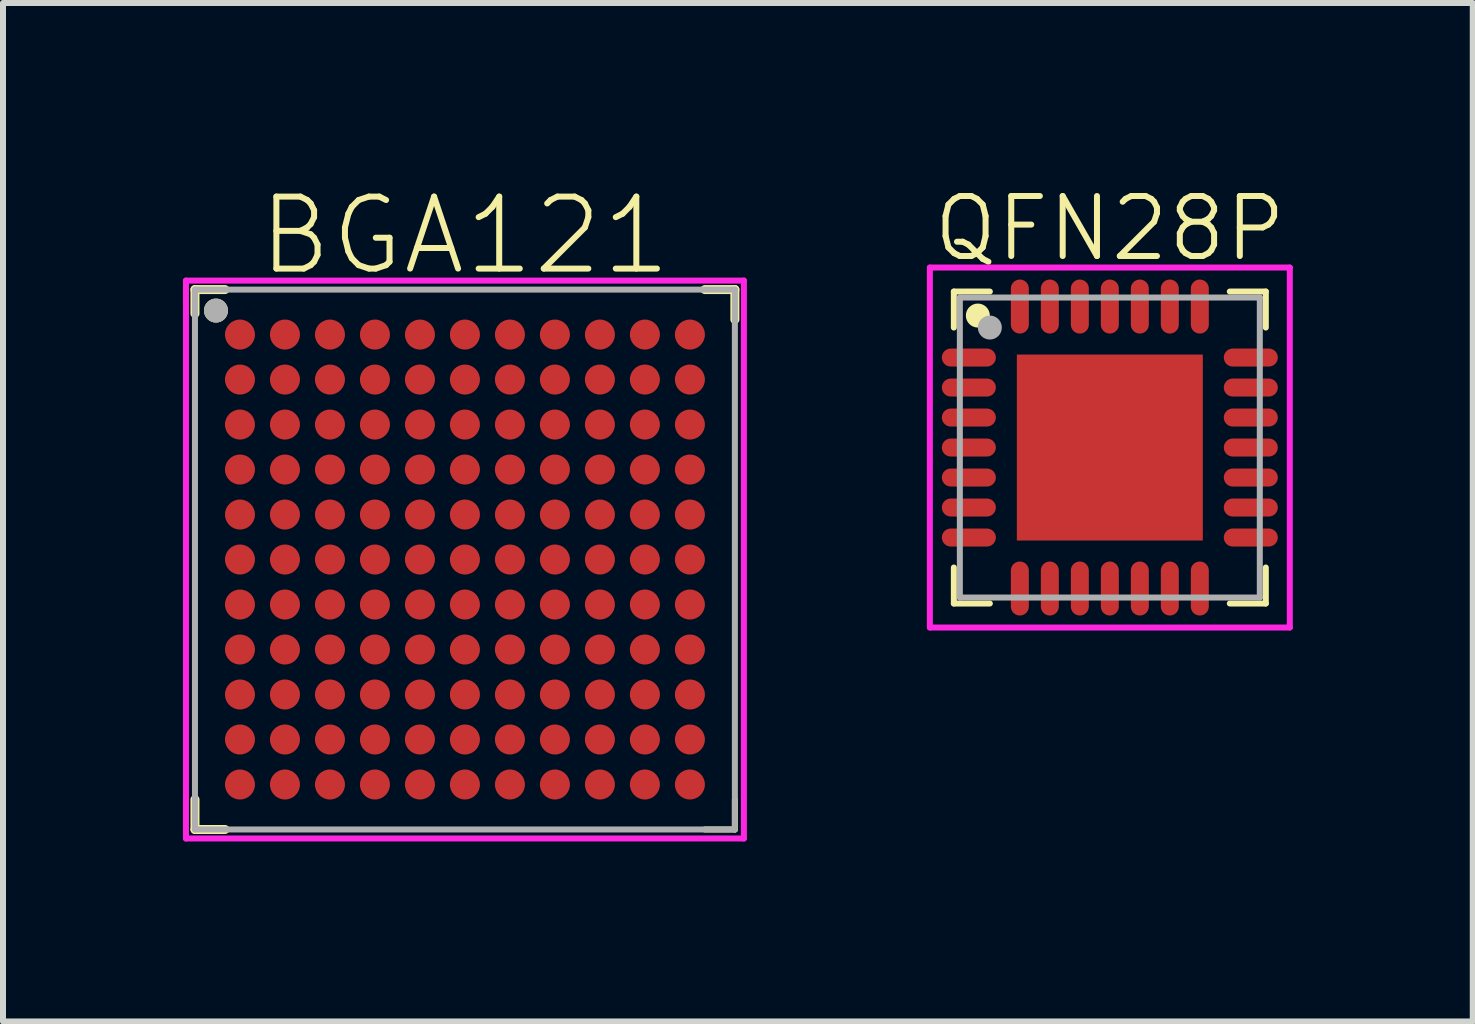
<source format=kicad_pcb>
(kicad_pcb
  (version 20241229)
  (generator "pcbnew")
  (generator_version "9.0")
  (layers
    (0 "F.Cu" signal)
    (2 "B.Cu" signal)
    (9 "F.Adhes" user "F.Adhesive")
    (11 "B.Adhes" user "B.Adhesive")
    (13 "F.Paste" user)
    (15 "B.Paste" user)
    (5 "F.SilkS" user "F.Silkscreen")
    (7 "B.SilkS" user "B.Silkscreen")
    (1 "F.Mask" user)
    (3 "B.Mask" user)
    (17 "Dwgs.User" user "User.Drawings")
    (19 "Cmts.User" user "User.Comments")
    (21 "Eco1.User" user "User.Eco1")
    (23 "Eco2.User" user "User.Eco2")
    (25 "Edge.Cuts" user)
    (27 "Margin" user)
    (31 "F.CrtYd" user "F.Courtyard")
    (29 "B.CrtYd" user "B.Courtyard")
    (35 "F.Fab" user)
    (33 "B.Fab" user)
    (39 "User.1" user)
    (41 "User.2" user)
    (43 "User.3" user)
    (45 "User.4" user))
  (footprint "BGA121"
    (layer "F.Cu")
    (at 4.7 6.277)
    (property "Reference" "BGA121" (at 0 -5.4 0) (layer "F.SilkS") (effects (font (size 1.2 1.2) (thickness 0.1))))
    (attr through_hole)
    (fp_line (start -4.5 -4.5) (end -4.5 -4.1) (stroke (width 0.15) (type solid)) (layer "F.SilkS"))
    (fp_line (start -4.5 4) (end -4.5 4.5) (stroke (width 0.15) (type solid)) (layer "F.SilkS"))
    (fp_line (start -4.5 4.5) (end -4 4.5) (stroke (width 0.15) (type solid)) (layer "F.SilkS"))
    (fp_line (start -4 -4.5) (end -4.5 -4.5) (stroke (width 0.15) (type solid)) (layer "F.SilkS"))
    (fp_line (start 4.5 -4.5) (end 4 -4.5) (stroke (width 0.15) (type solid)) (layer "F.SilkS"))
    (fp_line (start 4.5 -4) (end 4.5 -4.5) (stroke (width 0.15) (type solid)) (layer "F.SilkS"))
    (fp_line (start 4.5 4.5) (end 4 4.5) (stroke (width 0.1) (type solid)) (layer "F.SilkS"))
    (fp_line (start 4.5 4.5) (end 4.5 4) (stroke (width 0.1) (type solid)) (layer "F.SilkS"))
    (fp_circle (center -4.15 -4.15) (end -4.15 -4.25) (stroke (width 0.2) (type solid)) (fill no) (layer "F.SilkS"))
    (fp_line (start -4.65 -4.65) (end 4.65 -4.65) (stroke (width 0.1) (type solid)) (layer "F.CrtYd"))
    (fp_line (start -4.65 4.65) (end -4.65 -4.65) (stroke (width 0.1) (type solid)) (layer "F.CrtYd"))
    (fp_line (start 4.65 -4.65) (end 4.65 4.65) (stroke (width 0.1) (type solid)) (layer "F.CrtYd"))
    (fp_line (start 4.65 4.65) (end -4.65 4.65) (stroke (width 0.1) (type solid)) (layer "F.CrtYd"))
    (fp_line (start -4.5 -4.5) (end 4.5 -4.5) (stroke (width 0.1) (type solid)) (layer "F.Fab"))
    (fp_line (start -4.5 4.5) (end -4.5 -4.5) (stroke (width 0.1) (type solid)) (layer "F.Fab"))
    (fp_line (start 4.5 -4.5) (end 4.5 4.5) (stroke (width 0.1) (type solid)) (layer "F.Fab"))
    (fp_line (start 4.5 4.5) (end -4.5 4.5) (stroke (width 0.1) (type solid)) (layer "F.Fab"))
    (fp_circle (center -4.15 -4.15) (end -4.15 -4.25) (stroke (width 0.2) (type solid)) (fill no) (layer "F.Fab"))
    (pad "A1" smd circle (at -3.75 -3.75) (size 0.5 0.5) (layers "F.Cu" "F.Mask" "F.Paste"))
    (pad "A2" smd circle (at -3 -3.75) (size 0.5 0.5) (layers "F.Cu" "F.Mask" "F.Paste"))
    (pad "A3" smd circle (at -2.25 -3.75) (size 0.5 0.5) (layers "F.Cu" "F.Mask" "F.Paste"))
    (pad "A4" smd circle (at -1.5 -3.75) (size 0.5 0.5) (layers "F.Cu" "F.Mask" "F.Paste"))
    (pad "A5" smd circle (at -0.75 -3.75) (size 0.5 0.5) (layers "F.Cu" "F.Mask" "F.Paste"))
    (pad "A6" smd circle (at 0 -3.75) (size 0.5 0.5) (layers "F.Cu" "F.Mask" "F.Paste"))
    (pad "A7" smd circle (at 0.75 -3.75) (size 0.5 0.5) (layers "F.Cu" "F.Mask" "F.Paste"))
    (pad "A8" smd circle (at 1.5 -3.75) (size 0.5 0.5) (layers "F.Cu" "F.Mask" "F.Paste"))
    (pad "A9" smd circle (at 2.25 -3.75) (size 0.5 0.5) (layers "F.Cu" "F.Mask" "F.Paste"))
    (pad "A10" smd circle (at 3 -3.75) (size 0.5 0.5) (layers "F.Cu" "F.Mask" "F.Paste"))
    (pad "A11" smd circle (at 3.75 -3.75) (size 0.5 0.5) (layers "F.Cu" "F.Mask" "F.Paste"))
    (pad "B1" smd circle (at -3.75 -3) (size 0.5 0.5) (layers "F.Cu" "F.Mask" "F.Paste"))
    (pad "B2" smd circle (at -3 -3) (size 0.5 0.5) (layers "F.Cu" "F.Mask" "F.Paste"))
    (pad "B3" smd circle (at -2.25 -3) (size 0.5 0.5) (layers "F.Cu" "F.Mask" "F.Paste"))
    (pad "B4" smd circle (at -1.5 -3) (size 0.5 0.5) (layers "F.Cu" "F.Mask" "F.Paste"))
    (pad "B5" smd circle (at -0.75 -3) (size 0.5 0.5) (layers "F.Cu" "F.Mask" "F.Paste"))
    (pad "B6" smd circle (at 0 -3) (size 0.5 0.5) (layers "F.Cu" "F.Mask" "F.Paste"))
    (pad "B7" smd circle (at 0.75 -3) (size 0.5 0.5) (layers "F.Cu" "F.Mask" "F.Paste"))
    (pad "B8" smd circle (at 1.5 -3) (size 0.5 0.5) (layers "F.Cu" "F.Mask" "F.Paste"))
    (pad "B9" smd circle (at 2.25 -3) (size 0.5 0.5) (layers "F.Cu" "F.Mask" "F.Paste"))
    (pad "B10" smd circle (at 3 -3) (size 0.5 0.5) (layers "F.Cu" "F.Mask" "F.Paste"))
    (pad "B11" smd circle (at 3.75 -3) (size 0.5 0.5) (layers "F.Cu" "F.Mask" "F.Paste"))
    (pad "C1" smd circle (at -3.75 -2.25) (size 0.5 0.5) (layers "F.Cu" "F.Mask" "F.Paste"))
    (pad "C2" smd circle (at -3 -2.25) (size 0.5 0.5) (layers "F.Cu" "F.Mask" "F.Paste"))
    (pad "C3" smd circle (at -2.25 -2.25) (size 0.5 0.5) (layers "F.Cu" "F.Mask" "F.Paste"))
    (pad "C4" smd circle (at -1.5 -2.25) (size 0.5 0.5) (layers "F.Cu" "F.Mask" "F.Paste"))
    (pad "C5" smd circle (at -0.75 -2.25) (size 0.5 0.5) (layers "F.Cu" "F.Mask" "F.Paste"))
    (pad "C6" smd circle (at 0 -2.25) (size 0.5 0.5) (layers "F.Cu" "F.Mask" "F.Paste"))
    (pad "C7" smd circle (at 0.75 -2.25) (size 0.5 0.5) (layers "F.Cu" "F.Mask" "F.Paste"))
    (pad "C8" smd circle (at 1.5 -2.25) (size 0.5 0.5) (layers "F.Cu" "F.Mask" "F.Paste"))
    (pad "C9" smd circle (at 2.25 -2.25) (size 0.5 0.5) (layers "F.Cu" "F.Mask" "F.Paste"))
    (pad "C10" smd circle (at 3 -2.25) (size 0.5 0.5) (layers "F.Cu" "F.Mask" "F.Paste"))
    (pad "C11" smd circle (at 3.75 -2.25) (size 0.5 0.5) (layers "F.Cu" "F.Mask" "F.Paste"))
    (pad "D1" smd circle (at -3.75 -1.5) (size 0.5 0.5) (layers "F.Cu" "F.Mask" "F.Paste"))
    (pad "D2" smd circle (at -3 -1.5) (size 0.5 0.5) (layers "F.Cu" "F.Mask" "F.Paste"))
    (pad "D3" smd circle (at -2.25 -1.5) (size 0.5 0.5) (layers "F.Cu" "F.Mask" "F.Paste"))
    (pad "D4" smd circle (at -1.5 -1.5) (size 0.5 0.5) (layers "F.Cu" "F.Mask" "F.Paste"))
    (pad "D5" smd circle (at -0.75 -1.5) (size 0.5 0.5) (layers "F.Cu" "F.Mask" "F.Paste"))
    (pad "D6" smd circle (at 0 -1.5) (size 0.5 0.5) (layers "F.Cu" "F.Mask" "F.Paste"))
    (pad "D7" smd circle (at 0.75 -1.5) (size 0.5 0.5) (layers "F.Cu" "F.Mask" "F.Paste"))
    (pad "D8" smd circle (at 1.5 -1.5) (size 0.5 0.5) (layers "F.Cu" "F.Mask" "F.Paste"))
    (pad "D9" smd circle (at 2.25 -1.5) (size 0.5 0.5) (layers "F.Cu" "F.Mask" "F.Paste"))
    (pad "D10" smd circle (at 3 -1.5) (size 0.5 0.5) (layers "F.Cu" "F.Mask" "F.Paste"))
    (pad "D11" smd circle (at 3.75 -1.5) (size 0.5 0.5) (layers "F.Cu" "F.Mask" "F.Paste"))
    (pad "E1" smd circle (at -3.75 -0.75) (size 0.5 0.5) (layers "F.Cu" "F.Mask" "F.Paste"))
    (pad "E2" smd circle (at -3 -0.75) (size 0.5 0.5) (layers "F.Cu" "F.Mask" "F.Paste"))
    (pad "E3" smd circle (at -2.25 -0.75) (size 0.5 0.5) (layers "F.Cu" "F.Mask" "F.Paste"))
    (pad "E4" smd circle (at -1.5 -0.75) (size 0.5 0.5) (layers "F.Cu" "F.Mask" "F.Paste"))
    (pad "E5" smd circle (at -0.75 -0.75) (size 0.5 0.5) (layers "F.Cu" "F.Mask" "F.Paste"))
    (pad "E6" smd circle (at 0 -0.75) (size 0.5 0.5) (layers "F.Cu" "F.Mask" "F.Paste"))
    (pad "E7" smd circle (at 0.75 -0.75) (size 0.5 0.5) (layers "F.Cu" "F.Mask" "F.Paste"))
    (pad "E8" smd circle (at 1.5 -0.75) (size 0.5 0.5) (layers "F.Cu" "F.Mask" "F.Paste"))
    (pad "E9" smd circle (at 2.25 -0.75) (size 0.5 0.5) (layers "F.Cu" "F.Mask" "F.Paste"))
    (pad "E10" smd circle (at 3 -0.75) (size 0.5 0.5) (layers "F.Cu" "F.Mask" "F.Paste"))
    (pad "E11" smd circle (at 3.75 -0.75) (size 0.5 0.5) (layers "F.Cu" "F.Mask" "F.Paste"))
    (pad "F1" smd circle (at -3.75 0) (size 0.5 0.5) (layers "F.Cu" "F.Mask" "F.Paste"))
    (pad "F2" smd circle (at -3 0) (size 0.5 0.5) (layers "F.Cu" "F.Mask" "F.Paste"))
    (pad "F3" smd circle (at -2.25 0) (size 0.5 0.5) (layers "F.Cu" "F.Mask" "F.Paste"))
    (pad "F4" smd circle (at -1.5 0) (size 0.5 0.5) (layers "F.Cu" "F.Mask" "F.Paste"))
    (pad "F5" smd circle (at -0.75 0) (size 0.5 0.5) (layers "F.Cu" "F.Mask" "F.Paste"))
    (pad "F6" smd circle (at 0 0) (size 0.5 0.5) (layers "F.Cu" "F.Mask" "F.Paste"))
    (pad "F7" smd circle (at 0.75 0) (size 0.5 0.5) (layers "F.Cu" "F.Mask" "F.Paste"))
    (pad "F8" smd circle (at 1.5 0) (size 0.5 0.5) (layers "F.Cu" "F.Mask" "F.Paste"))
    (pad "F9" smd circle (at 2.25 0) (size 0.5 0.5) (layers "F.Cu" "F.Mask" "F.Paste"))
    (pad "F10" smd circle (at 3 0) (size 0.5 0.5) (layers "F.Cu" "F.Mask" "F.Paste"))
    (pad "F11" smd circle (at 3.75 0) (size 0.5 0.5) (layers "F.Cu" "F.Mask" "F.Paste"))
    (pad "G1" smd circle (at -3.75 0.75) (size 0.5 0.5) (layers "F.Cu" "F.Mask" "F.Paste"))
    (pad "G2" smd circle (at -3 0.75) (size 0.5 0.5) (layers "F.Cu" "F.Mask" "F.Paste"))
    (pad "G3" smd circle (at -2.25 0.75) (size 0.5 0.5) (layers "F.Cu" "F.Mask" "F.Paste"))
    (pad "G4" smd circle (at -1.5 0.75) (size 0.5 0.5) (layers "F.Cu" "F.Mask" "F.Paste"))
    (pad "G5" smd circle (at -0.75 0.75) (size 0.5 0.5) (layers "F.Cu" "F.Mask" "F.Paste"))
    (pad "G6" smd circle (at 0 0.75) (size 0.5 0.5) (layers "F.Cu" "F.Mask" "F.Paste"))
    (pad "G7" smd circle (at 0.75 0.75) (size 0.5 0.5) (layers "F.Cu" "F.Mask" "F.Paste"))
    (pad "G8" smd circle (at 1.5 0.75) (size 0.5 0.5) (layers "F.Cu" "F.Mask" "F.Paste"))
    (pad "G9" smd circle (at 2.25 0.75) (size 0.5 0.5) (layers "F.Cu" "F.Mask" "F.Paste"))
    (pad "G10" smd circle (at 3 0.75) (size 0.5 0.5) (layers "F.Cu" "F.Mask" "F.Paste"))
    (pad "G11" smd circle (at 3.75 0.75) (size 0.5 0.5) (layers "F.Cu" "F.Mask" "F.Paste"))
    (pad "H1" smd circle (at -3.75 1.5) (size 0.5 0.5) (layers "F.Cu" "F.Mask" "F.Paste"))
    (pad "H2" smd circle (at -3 1.5) (size 0.5 0.5) (layers "F.Cu" "F.Mask" "F.Paste"))
    (pad "H3" smd circle (at -2.25 1.5) (size 0.5 0.5) (layers "F.Cu" "F.Mask" "F.Paste"))
    (pad "H4" smd circle (at -1.5 1.5) (size 0.5 0.5) (layers "F.Cu" "F.Mask" "F.Paste"))
    (pad "H5" smd circle (at -0.75 1.5) (size 0.5 0.5) (layers "F.Cu" "F.Mask" "F.Paste"))
    (pad "H6" smd circle (at 0 1.5) (size 0.5 0.5) (layers "F.Cu" "F.Mask" "F.Paste"))
    (pad "H7" smd circle (at 0.75 1.5) (size 0.5 0.5) (layers "F.Cu" "F.Mask" "F.Paste"))
    (pad "H8" smd circle (at 1.5 1.5) (size 0.5 0.5) (layers "F.Cu" "F.Mask" "F.Paste"))
    (pad "H9" smd circle (at 2.25 1.5) (size 0.5 0.5) (layers "F.Cu" "F.Mask" "F.Paste"))
    (pad "H10" smd circle (at 3 1.5) (size 0.5 0.5) (layers "F.Cu" "F.Mask" "F.Paste"))
    (pad "H11" smd circle (at 3.75 1.5) (size 0.5 0.5) (layers "F.Cu" "F.Mask" "F.Paste"))
    (pad "J1" smd circle (at -3.75 2.25) (size 0.5 0.5) (layers "F.Cu" "F.Mask" "F.Paste"))
    (pad "J2" smd circle (at -3 2.25) (size 0.5 0.5) (layers "F.Cu" "F.Mask" "F.Paste"))
    (pad "J3" smd circle (at -2.25 2.25) (size 0.5 0.5) (layers "F.Cu" "F.Mask" "F.Paste"))
    (pad "J4" smd circle (at -1.5 2.25) (size 0.5 0.5) (layers "F.Cu" "F.Mask" "F.Paste"))
    (pad "J5" smd circle (at -0.75 2.25) (size 0.5 0.5) (layers "F.Cu" "F.Mask" "F.Paste"))
    (pad "J6" smd circle (at 0 2.25) (size 0.5 0.5) (layers "F.Cu" "F.Mask" "F.Paste"))
    (pad "J7" smd circle (at 0.75 2.25) (size 0.5 0.5) (layers "F.Cu" "F.Mask" "F.Paste"))
    (pad "J8" smd circle (at 1.5 2.25) (size 0.5 0.5) (layers "F.Cu" "F.Mask" "F.Paste"))
    (pad "J9" smd circle (at 2.25 2.25) (size 0.5 0.5) (layers "F.Cu" "F.Mask" "F.Paste"))
    (pad "J10" smd circle (at 3 2.25) (size 0.5 0.5) (layers "F.Cu" "F.Mask" "F.Paste"))
    (pad "J11" smd circle (at 3.75 2.25) (size 0.5 0.5) (layers "F.Cu" "F.Mask" "F.Paste"))
    (pad "K1" smd circle (at -3.75 3) (size 0.5 0.5) (layers "F.Cu" "F.Mask" "F.Paste"))
    (pad "K2" smd circle (at -3 3) (size 0.5 0.5) (layers "F.Cu" "F.Mask" "F.Paste"))
    (pad "K3" smd circle (at -2.25 3) (size 0.5 0.5) (layers "F.Cu" "F.Mask" "F.Paste"))
    (pad "K4" smd circle (at -1.5 3) (size 0.5 0.5) (layers "F.Cu" "F.Mask" "F.Paste"))
    (pad "K5" smd circle (at -0.75 3) (size 0.5 0.5) (layers "F.Cu" "F.Mask" "F.Paste"))
    (pad "K6" smd circle (at 0 3) (size 0.5 0.5) (layers "F.Cu" "F.Mask" "F.Paste"))
    (pad "K7" smd circle (at 0.75 3) (size 0.5 0.5) (layers "F.Cu" "F.Mask" "F.Paste"))
    (pad "K8" smd circle (at 1.5 3) (size 0.5 0.5) (layers "F.Cu" "F.Mask" "F.Paste"))
    (pad "K9" smd circle (at 2.25 3) (size 0.5 0.5) (layers "F.Cu" "F.Mask" "F.Paste"))
    (pad "K10" smd circle (at 3 3) (size 0.5 0.5) (layers "F.Cu" "F.Mask" "F.Paste"))
    (pad "K11" smd circle (at 3.75 3) (size 0.5 0.5) (layers "F.Cu" "F.Mask" "F.Paste"))
    (pad "L1" smd circle (at -3.75 3.75) (size 0.5 0.5) (layers "F.Cu" "F.Mask" "F.Paste"))
    (pad "L2" smd circle (at -3 3.75) (size 0.5 0.5) (layers "F.Cu" "F.Mask" "F.Paste"))
    (pad "L3" smd circle (at -2.25 3.75) (size 0.5 0.5) (layers "F.Cu" "F.Mask" "F.Paste"))
    (pad "L4" smd circle (at -1.5 3.75) (size 0.5 0.5) (layers "F.Cu" "F.Mask" "F.Paste"))
    (pad "L5" smd circle (at -0.75 3.75) (size 0.5 0.5) (layers "F.Cu" "F.Mask" "F.Paste"))
    (pad "L6" smd circle (at 0 3.75) (size 0.5 0.5) (layers "F.Cu" "F.Mask" "F.Paste"))
    (pad "L7" smd circle (at 0.75 3.75) (size 0.5 0.5) (layers "F.Cu" "F.Mask" "F.Paste"))
    (pad "L8" smd circle (at 1.5 3.75) (size 0.5 0.5) (layers "F.Cu" "F.Mask" "F.Paste"))
    (pad "L9" smd circle (at 2.25 3.75) (size 0.5 0.5) (layers "F.Cu" "F.Mask" "F.Paste"))
    (pad "L10" smd circle (at 3 3.75) (size 0.5 0.5) (layers "F.Cu" "F.Mask" "F.Paste"))
    (pad "L11" smd circle (at 3.75 3.75) (size 0.5 0.5) (layers "F.Cu" "F.Mask" "F.Paste")))
  (footprint "QFN28P"
    (layer "F.Cu")
    (at 15.45 4.41)
    (property "Reference" "QFN28P" (at 0 -3.65 0) (layer "F.SilkS") (effects (font (size 1 1) (thickness 0.1))))
    (attr through_hole)
    (fp_line (start -2.6 -2.6) (end -2.6 -2) (stroke (width 0.1) (type solid)) (layer "F.SilkS"))
    (fp_line (start -2.6 -2.6) (end -2 -2.6) (stroke (width 0.1) (type solid)) (layer "F.SilkS"))
    (fp_line (start -2.6 2.6) (end -2.6 2) (stroke (width 0.1) (type solid)) (layer "F.SilkS"))
    (fp_line (start -2.6 2.6) (end -2 2.6) (stroke (width 0.1) (type solid)) (layer "F.SilkS"))
    (fp_line (start 2.6 -2.6) (end 2 -2.6) (stroke (width 0.1) (type solid)) (layer "F.SilkS"))
    (fp_line (start 2.6 -2.6) (end 2.6 -2) (stroke (width 0.1) (type solid)) (layer "F.SilkS"))
    (fp_line (start 2.6 2.6) (end 2 2.6) (stroke (width 0.1) (type solid)) (layer "F.SilkS"))
    (fp_line (start 2.6 2.6) (end 2.6 2) (stroke (width 0.1) (type solid)) (layer "F.SilkS"))
    (fp_circle (center -2.2 -2.2) (end -2.1 -2.2) (stroke (width 0.2) (type solid)) (fill no) (layer "F.SilkS"))
    (fp_line (start -3 -3) (end 3 -3) (stroke (width 0.1) (type solid)) (layer "F.CrtYd"))
    (fp_line (start -3 3) (end -3 -3) (stroke (width 0.1) (type solid)) (layer "F.CrtYd"))
    (fp_line (start 3 -3) (end 3 3) (stroke (width 0.1) (type solid)) (layer "F.CrtYd"))
    (fp_line (start 3 3) (end -3 3) (stroke (width 0.1) (type solid)) (layer "F.CrtYd"))
    (fp_line (start -2.5 -2.5) (end -2.5 2.5) (stroke (width 0.1) (type solid)) (layer "F.Fab"))
    (fp_line (start -2.5 2.5) (end 2.5 2.5) (stroke (width 0.1) (type solid)) (layer "F.Fab"))
    (fp_line (start 2.5 -2.5) (end -2.5 -2.5) (stroke (width 0.1) (type solid)) (layer "F.Fab"))
    (fp_line (start 2.5 2.5) (end 2.5 -2.5) (stroke (width 0.1) (type solid)) (layer "F.Fab"))
    (fp_circle (center -2 -2) (end -2 -2.1) (stroke (width 0.2) (type solid)) (fill no) (layer "F.Fab"))
    (pad "1" smd oval (at -2.35 -1.5) (size 0.9 0.3) (layers "F.Cu" "F.Mask" "F.Paste"))
    (pad "2" smd oval (at -2.35 -1) (size 0.9 0.3) (layers "F.Cu" "F.Mask" "F.Paste"))
    (pad "3" smd oval (at -2.35 -0.5) (size 0.9 0.3) (layers "F.Cu" "F.Mask" "F.Paste"))
    (pad "4" smd oval (at -2.35 0) (size 0.9 0.3) (layers "F.Cu" "F.Mask" "F.Paste"))
    (pad "5" smd oval (at -2.35 0.5) (size 0.9 0.3) (layers "F.Cu" "F.Mask" "F.Paste"))
    (pad "6" smd oval (at -2.35 1) (size 0.9 0.3) (layers "F.Cu" "F.Mask" "F.Paste"))
    (pad "7" smd oval (at -2.35 1.5) (size 0.9 0.3) (layers "F.Cu" "F.Mask" "F.Paste"))
    (pad "8" smd oval (at -1.5 2.35 90) (size 0.9 0.3) (layers "F.Cu" "F.Mask" "F.Paste"))
    (pad "9" smd oval (at -1 2.35 90) (size 0.9 0.3) (layers "F.Cu" "F.Mask" "F.Paste"))
    (pad "10" smd oval (at -0.5 2.35 90) (size 0.9 0.3) (layers "F.Cu" "F.Mask" "F.Paste"))
    (pad "11" smd oval (at 0 2.35 90) (size 0.9 0.3) (layers "F.Cu" "F.Mask" "F.Paste"))
    (pad "12" smd oval (at 0.5 2.35 90) (size 0.9 0.3) (layers "F.Cu" "F.Mask" "F.Paste"))
    (pad "13" smd oval (at 1 2.35 90) (size 0.9 0.3) (layers "F.Cu" "F.Mask" "F.Paste"))
    (pad "14" smd oval (at 1.5 2.35 90) (size 0.9 0.3) (layers "F.Cu" "F.Mask" "F.Paste"))
    (pad "15" smd oval (at 2.35 1.5) (size 0.9 0.3) (layers "F.Cu" "F.Mask" "F.Paste"))
    (pad "16" smd oval (at 2.35 1) (size 0.9 0.3) (layers "F.Cu" "F.Mask" "F.Paste"))
    (pad "17" smd oval (at 2.35 0.5) (size 0.9 0.3) (layers "F.Cu" "F.Mask" "F.Paste"))
    (pad "18" smd oval (at 2.35 0) (size 0.9 0.3) (layers "F.Cu" "F.Mask" "F.Paste"))
    (pad "19" smd oval (at 2.35 -0.5) (size 0.9 0.3) (layers "F.Cu" "F.Mask" "F.Paste"))
    (pad "20" smd oval (at 2.35 -1) (size 0.9 0.3) (layers "F.Cu" "F.Mask" "F.Paste"))
    (pad "21" smd oval (at 2.35 -1.5) (size 0.9 0.3) (layers "F.Cu" "F.Mask" "F.Paste"))
    (pad "22" smd oval (at 1.5 -2.35 90) (size 0.9 0.3) (layers "F.Cu" "F.Mask" "F.Paste"))
    (pad "23" smd oval (at 1 -2.35 90) (size 0.9 0.3) (layers "F.Cu" "F.Mask" "F.Paste"))
    (pad "24" smd oval (at 0.5 -2.35 90) (size 0.9 0.3) (layers "F.Cu" "F.Mask" "F.Paste"))
    (pad "25" smd oval (at 0 -2.35 90) (size 0.9 0.3) (layers "F.Cu" "F.Mask" "F.Paste"))
    (pad "26" smd oval (at -0.5 -2.35 90) (size 0.9 0.3) (layers "F.Cu" "F.Mask" "F.Paste"))
    (pad "27" smd oval (at -1 -2.35 90) (size 0.9 0.3) (layers "F.Cu" "F.Mask" "F.Paste"))
    (pad "28" smd oval (at -1.5 -2.35 90) (size 0.9 0.3) (layers "F.Cu" "F.Mask" "F.Paste"))
    (pad "29" smd rect (at 0 0) (size 3.1 3.1) (layers "F.Cu" "F.Mask" "F.Paste")))
  (gr_rect
    (start -3 -3)
    (end 21.5 13.977)
    (stroke (width 0.1) (type default))
    (fill no)
    (layer "Edge.Cuts")))
</source>
